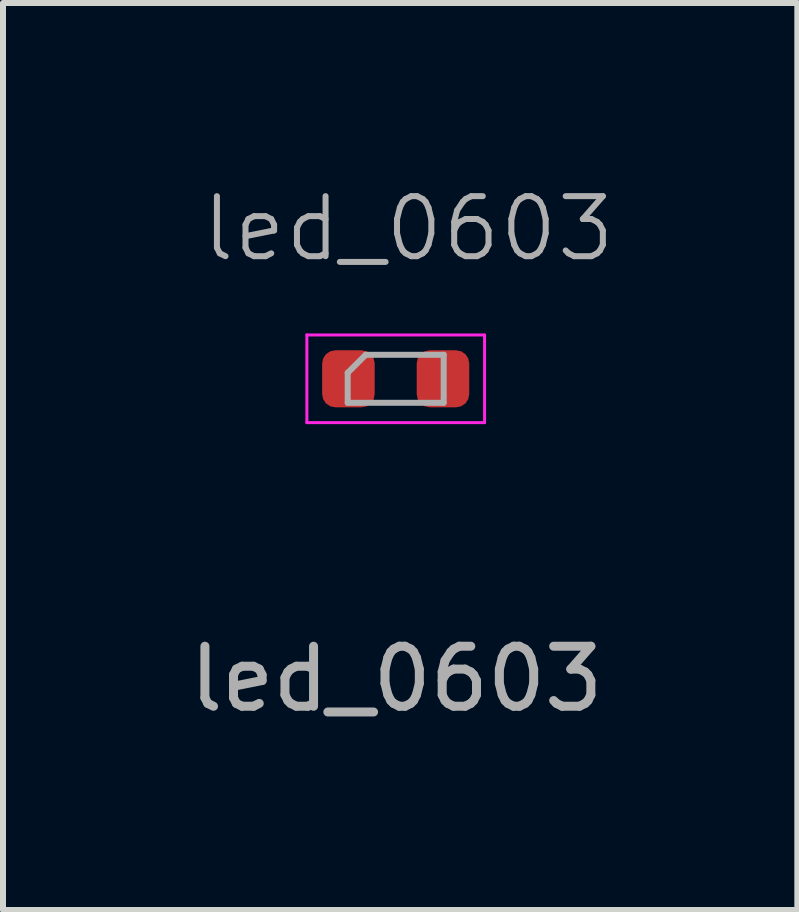
<source format=kicad_pcb>
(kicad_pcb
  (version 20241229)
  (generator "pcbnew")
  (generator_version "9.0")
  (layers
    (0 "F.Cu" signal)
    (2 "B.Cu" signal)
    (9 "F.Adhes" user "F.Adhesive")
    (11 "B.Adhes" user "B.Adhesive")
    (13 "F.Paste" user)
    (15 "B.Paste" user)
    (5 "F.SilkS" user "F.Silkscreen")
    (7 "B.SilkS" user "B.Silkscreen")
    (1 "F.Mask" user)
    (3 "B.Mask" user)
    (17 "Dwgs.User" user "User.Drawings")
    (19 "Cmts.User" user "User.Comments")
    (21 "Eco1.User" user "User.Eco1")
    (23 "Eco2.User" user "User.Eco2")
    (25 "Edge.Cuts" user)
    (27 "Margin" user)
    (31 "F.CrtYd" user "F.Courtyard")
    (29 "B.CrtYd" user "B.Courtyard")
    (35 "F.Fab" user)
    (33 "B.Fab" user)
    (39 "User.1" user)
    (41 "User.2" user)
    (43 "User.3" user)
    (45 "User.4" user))
  (footprint "led_0603"
    (layer "F.Cu")
    (at 3.554 3.26)
    (property "Reference" "led_0603" (at 0.2 -2.5 0) (unlocked yes) (layer "F.Fab") (effects (font (size 1 1) (thickness 0.1))))
    (attr smd)
    (fp_line (start -1.492 -0.73) (end 1.468 -0.73) (stroke (width 0.05) (type solid)) (layer "F.CrtYd"))
    (fp_line (start -1.492 0.73) (end -1.492 -0.73) (stroke (width 0.05) (type solid)) (layer "F.CrtYd"))
    (fp_line (start 1.468 -0.73) (end 1.468 0.73) (stroke (width 0.05) (type solid)) (layer "F.CrtYd"))
    (fp_line (start 1.468 0.73) (end -1.492 0.73) (stroke (width 0.05) (type solid)) (layer "F.CrtYd"))
    (fp_line (start -0.812 -0.1) (end -0.812 0.4) (stroke (width 0.1) (type solid)) (layer "F.Fab"))
    (fp_line (start -0.812 0.4) (end 0.787 0.4) (stroke (width 0.1) (type solid)) (layer "F.Fab"))
    (fp_line (start -0.512 -0.4) (end -0.812 -0.1) (stroke (width 0.1) (type solid)) (layer "F.Fab"))
    (fp_line (start 0.787 -0.4) (end -0.512 -0.4) (stroke (width 0.1) (type solid)) (layer "F.Fab"))
    (fp_line (start 0.787 0.4) (end 0.787 -0.4) (stroke (width 0.1) (type solid)) (layer "F.Fab"))
    (fp_text user "${REFERENCE}" (at 0 5 0) (unlocked yes) (layer "F.Fab") (effects (font (size 1 1) (thickness 0.15))))
    (pad "1" smd roundrect (at -0.8 0) (size 0.875 0.95) (layers "F.Cu" "F.Mask" "F.Paste") (roundrect_rratio 0.25))
    (pad "2" smd roundrect (at 0.775 0) (size 0.875 0.95) (layers "F.Cu" "F.Mask" "F.Paste") (roundrect_rratio 0.25)))
  (gr_rect
    (start -3 -3)
    (end 10.232 12.109)
    (stroke (width 0.1) (type default))
    (fill no)
    (layer "Edge.Cuts")))
</source>
